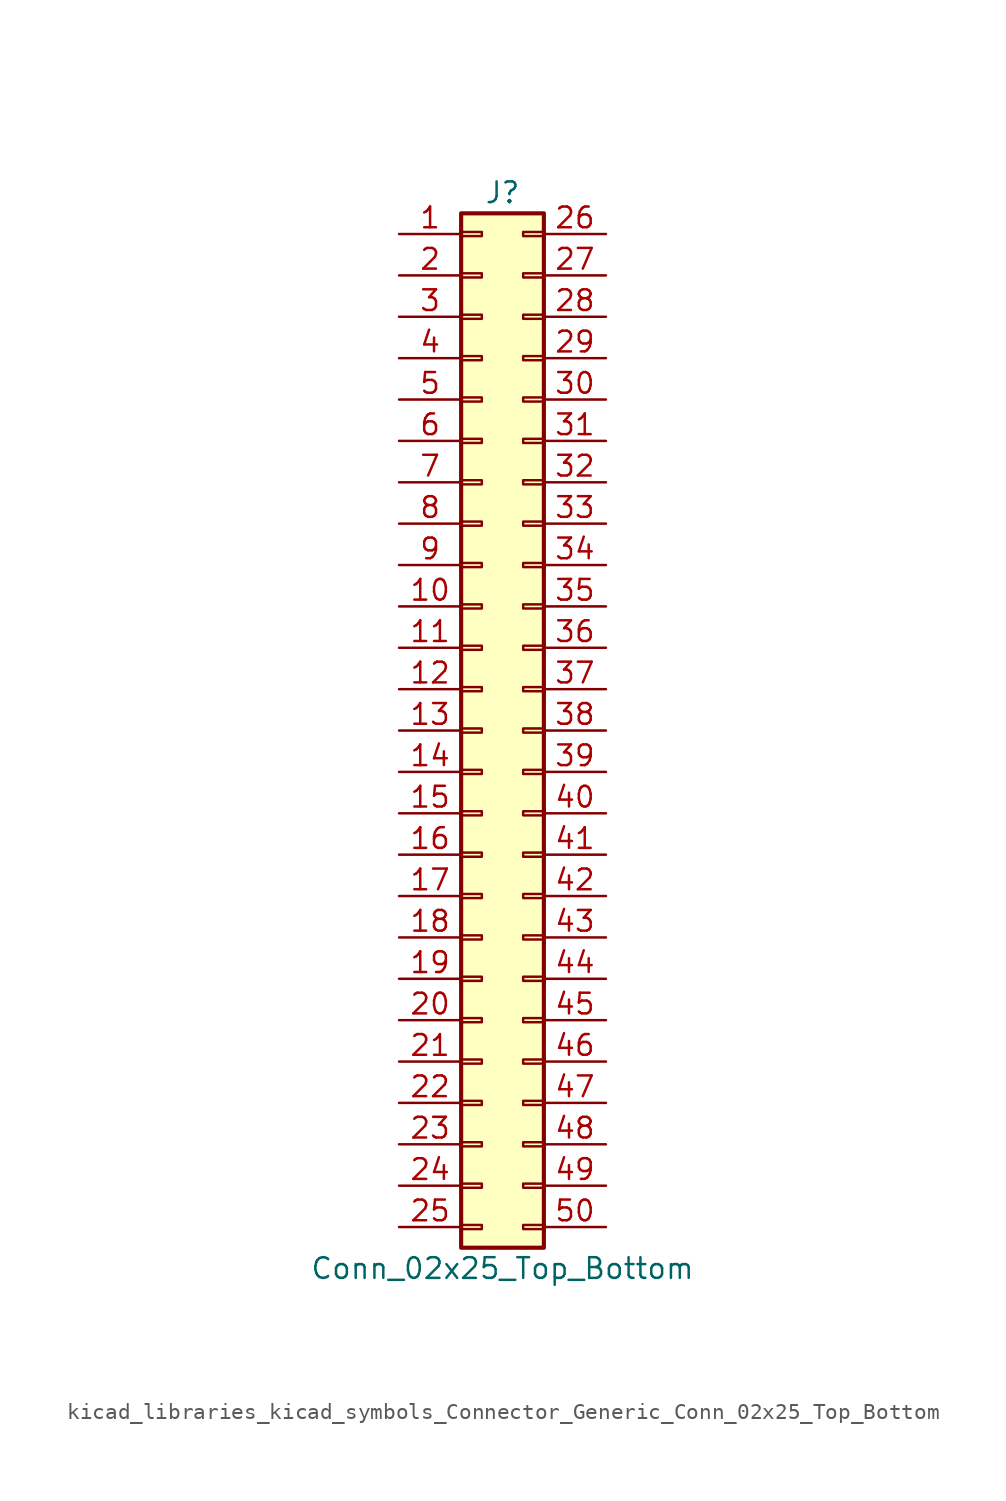
<source format=kicad_sym>
(kicad_symbol_lib
  (version 20220914)
  (generator kicad_symbol_editor)
  (symbol "kicad_libraries_kicad_symbols_Connector_Generic_Conn_02x25_Top_Bottom"
    (pin_names
      (offset 1.016) hide)
    (property "Reference" "J"
      (at 1.27 33.02 0)
      (effects (font (size 1.27 1.27))))
    (property "Value" "Conn_02x25_Top_Bottom"
      (at 1.27 -33.02 0)
      (effects (font (size 1.27 1.27))))
    (symbol "kicad_libraries_kicad_symbols_Connector_Generic_Conn_02x25_Top_Bottom_1_1"
      (rectangle (start -1.27 -30.353) (end 0 -30.607) (stroke (width 0.152) (type default)) (fill (type none)))
      (rectangle (start -1.27 -27.813) (end 0 -28.067) (stroke (width 0.152) (type default)) (fill (type none)))
      (rectangle (start -1.27 -25.273) (end 0 -25.527) (stroke (width 0.152) (type default)) (fill (type none)))
      (rectangle (start -1.27 -22.733) (end 0 -22.987) (stroke (width 0.152) (type default)) (fill (type none)))
      (rectangle (start -1.27 -20.193) (end 0 -20.447) (stroke (width 0.152) (type default)) (fill (type none)))
      (rectangle (start -1.27 -17.653) (end 0 -17.907) (stroke (width 0.152) (type default)) (fill (type none)))
      (rectangle (start -1.27 -15.113) (end 0 -15.367) (stroke (width 0.152) (type default)) (fill (type none)))
      (rectangle (start -1.27 -12.573) (end 0 -12.827) (stroke (width 0.152) (type default)) (fill (type none)))
      (rectangle (start -1.27 -10.033) (end 0 -10.287) (stroke (width 0.152) (type default)) (fill (type none)))
      (rectangle (start -1.27 -7.493) (end 0 -7.747) (stroke (width 0.152) (type default)) (fill (type none)))
      (rectangle (start -1.27 -4.953) (end 0 -5.207) (stroke (width 0.152) (type default)) (fill (type none)))
      (rectangle (start -1.27 -2.413) (end 0 -2.667) (stroke (width 0.152) (type default)) (fill (type none)))
      (rectangle (start -1.27 0.127) (end 0 -0.127) (stroke (width 0.152) (type default)) (fill (type none)))
      (rectangle (start -1.27 2.667) (end 0 2.413) (stroke (width 0.152) (type default)) (fill (type none)))
      (rectangle (start -1.27 5.207) (end 0 4.953) (stroke (width 0.152) (type default)) (fill (type none)))
      (rectangle (start -1.27 7.747) (end 0 7.493) (stroke (width 0.152) (type default)) (fill (type none)))
      (rectangle (start -1.27 10.287) (end 0 10.033) (stroke (width 0.152) (type default)) (fill (type none)))
      (rectangle (start -1.27 12.827) (end 0 12.573) (stroke (width 0.152) (type default)) (fill (type none)))
      (rectangle (start -1.27 15.367) (end 0 15.113) (stroke (width 0.152) (type default)) (fill (type none)))
      (rectangle (start -1.27 17.907) (end 0 17.653) (stroke (width 0.152) (type default)) (fill (type none)))
      (rectangle (start -1.27 20.447) (end 0 20.193) (stroke (width 0.152) (type default)) (fill (type none)))
      (rectangle (start -1.27 22.987) (end 0 22.733) (stroke (width 0.152) (type default)) (fill (type none)))
      (rectangle (start -1.27 25.527) (end 0 25.273) (stroke (width 0.152) (type default)) (fill (type none)))
      (rectangle (start -1.27 28.067) (end 0 27.813) (stroke (width 0.152) (type default)) (fill (type none)))
      (rectangle (start -1.27 30.607) (end 0 30.353) (stroke (width 0.152) (type default)) (fill (type none)))
      (rectangle (start -1.27 31.75) (end 3.81 -31.75) (stroke (width 0.254) (type default)) (fill (type background)))
      (rectangle (start 3.81 -30.353) (end 2.54 -30.607) (stroke (width 0.152) (type default)) (fill (type none)))
      (rectangle (start 3.81 -27.813) (end 2.54 -28.067) (stroke (width 0.152) (type default)) (fill (type none)))
      (rectangle (start 3.81 -25.273) (end 2.54 -25.527) (stroke (width 0.152) (type default)) (fill (type none)))
      (rectangle (start 3.81 -22.733) (end 2.54 -22.987) (stroke (width 0.152) (type default)) (fill (type none)))
      (rectangle (start 3.81 -20.193) (end 2.54 -20.447) (stroke (width 0.152) (type default)) (fill (type none)))
      (rectangle (start 3.81 -17.653) (end 2.54 -17.907) (stroke (width 0.152) (type default)) (fill (type none)))
      (rectangle (start 3.81 -15.113) (end 2.54 -15.367) (stroke (width 0.152) (type default)) (fill (type none)))
      (rectangle (start 3.81 -12.573) (end 2.54 -12.827) (stroke (width 0.152) (type default)) (fill (type none)))
      (rectangle (start 3.81 -10.033) (end 2.54 -10.287) (stroke (width 0.152) (type default)) (fill (type none)))
      (rectangle (start 3.81 -7.493) (end 2.54 -7.747) (stroke (width 0.152) (type default)) (fill (type none)))
      (rectangle (start 3.81 -4.953) (end 2.54 -5.207) (stroke (width 0.152) (type default)) (fill (type none)))
      (rectangle (start 3.81 -2.413) (end 2.54 -2.667) (stroke (width 0.152) (type default)) (fill (type none)))
      (rectangle (start 3.81 0.127) (end 2.54 -0.127) (stroke (width 0.152) (type default)) (fill (type none)))
      (rectangle (start 3.81 2.667) (end 2.54 2.413) (stroke (width 0.152) (type default)) (fill (type none)))
      (rectangle (start 3.81 5.207) (end 2.54 4.953) (stroke (width 0.152) (type default)) (fill (type none)))
      (rectangle (start 3.81 7.747) (end 2.54 7.493) (stroke (width 0.152) (type default)) (fill (type none)))
      (rectangle (start 3.81 10.287) (end 2.54 10.033) (stroke (width 0.152) (type default)) (fill (type none)))
      (rectangle (start 3.81 12.827) (end 2.54 12.573) (stroke (width 0.152) (type default)) (fill (type none)))
      (rectangle (start 3.81 15.367) (end 2.54 15.113) (stroke (width 0.152) (type default)) (fill (type none)))
      (rectangle (start 3.81 17.907) (end 2.54 17.653) (stroke (width 0.152) (type default)) (fill (type none)))
      (rectangle (start 3.81 20.447) (end 2.54 20.193) (stroke (width 0.152) (type default)) (fill (type none)))
      (rectangle (start 3.81 22.987) (end 2.54 22.733) (stroke (width 0.152) (type default)) (fill (type none)))
      (rectangle (start 3.81 25.527) (end 2.54 25.273) (stroke (width 0.152) (type default)) (fill (type none)))
      (rectangle (start 3.81 28.067) (end 2.54 27.813) (stroke (width 0.152) (type default)) (fill (type none)))
      (rectangle (start 3.81 30.607) (end 2.54 30.353) (stroke (width 0.152) (type default)) (fill (type none)))
      (pin passive line (at -5.08 30.48 0) (length 3.81) (name "Pin_1" (effects (font (size 1.27 1.27)))) (number "1" (effects (font (size 1.27 1.27)))))
      (pin passive line (at -5.08 7.62 0) (length 3.81) (name "Pin_10" (effects (font (size 1.27 1.27)))) (number "10" (effects (font (size 1.27 1.27)))))
      (pin passive line (at -5.08 5.08 0) (length 3.81) (name "Pin_11" (effects (font (size 1.27 1.27)))) (number "11" (effects (font (size 1.27 1.27)))))
      (pin passive line (at -5.08 2.54 0) (length 3.81) (name "Pin_12" (effects (font (size 1.27 1.27)))) (number "12" (effects (font (size 1.27 1.27)))))
      (pin passive line (at -5.08 0 0) (length 3.81) (name "Pin_13" (effects (font (size 1.27 1.27)))) (number "13" (effects (font (size 1.27 1.27)))))
      (pin passive line (at -5.08 -2.54 0) (length 3.81) (name "Pin_14" (effects (font (size 1.27 1.27)))) (number "14" (effects (font (size 1.27 1.27)))))
      (pin passive line (at -5.08 -5.08 0) (length 3.81) (name "Pin_15" (effects (font (size 1.27 1.27)))) (number "15" (effects (font (size 1.27 1.27)))))
      (pin passive line (at -5.08 -7.62 0) (length 3.81) (name "Pin_16" (effects (font (size 1.27 1.27)))) (number "16" (effects (font (size 1.27 1.27)))))
      (pin passive line (at -5.08 -10.16 0) (length 3.81) (name "Pin_17" (effects (font (size 1.27 1.27)))) (number "17" (effects (font (size 1.27 1.27)))))
      (pin passive line (at -5.08 -12.7 0) (length 3.81) (name "Pin_18" (effects (font (size 1.27 1.27)))) (number "18" (effects (font (size 1.27 1.27)))))
      (pin passive line (at -5.08 -15.24 0) (length 3.81) (name "Pin_19" (effects (font (size 1.27 1.27)))) (number "19" (effects (font (size 1.27 1.27)))))
      (pin passive line (at -5.08 27.94 0) (length 3.81) (name "Pin_2" (effects (font (size 1.27 1.27)))) (number "2" (effects (font (size 1.27 1.27)))))
      (pin passive line (at -5.08 -17.78 0) (length 3.81) (name "Pin_20" (effects (font (size 1.27 1.27)))) (number "20" (effects (font (size 1.27 1.27)))))
      (pin passive line (at -5.08 -20.32 0) (length 3.81) (name "Pin_21" (effects (font (size 1.27 1.27)))) (number "21" (effects (font (size 1.27 1.27)))))
      (pin passive line (at -5.08 -22.86 0) (length 3.81) (name "Pin_22" (effects (font (size 1.27 1.27)))) (number "22" (effects (font (size 1.27 1.27)))))
      (pin passive line (at -5.08 -25.4 0) (length 3.81) (name "Pin_23" (effects (font (size 1.27 1.27)))) (number "23" (effects (font (size 1.27 1.27)))))
      (pin passive line (at -5.08 -27.94 0) (length 3.81) (name "Pin_24" (effects (font (size 1.27 1.27)))) (number "24" (effects (font (size 1.27 1.27)))))
      (pin passive line (at -5.08 -30.48 0) (length 3.81) (name "Pin_25" (effects (font (size 1.27 1.27)))) (number "25" (effects (font (size 1.27 1.27)))))
      (pin passive line (at 7.62 30.48 180) (length 3.81) (name "Pin_26" (effects (font (size 1.27 1.27)))) (number "26" (effects (font (size 1.27 1.27)))))
      (pin passive line (at 7.62 27.94 180) (length 3.81) (name "Pin_27" (effects (font (size 1.27 1.27)))) (number "27" (effects (font (size 1.27 1.27)))))
      (pin passive line (at 7.62 25.4 180) (length 3.81) (name "Pin_28" (effects (font (size 1.27 1.27)))) (number "28" (effects (font (size 1.27 1.27)))))
      (pin passive line (at 7.62 22.86 180) (length 3.81) (name "Pin_29" (effects (font (size 1.27 1.27)))) (number "29" (effects (font (size 1.27 1.27)))))
      (pin passive line (at -5.08 25.4 0) (length 3.81) (name "Pin_3" (effects (font (size 1.27 1.27)))) (number "3" (effects (font (size 1.27 1.27)))))
      (pin passive line (at 7.62 20.32 180) (length 3.81) (name "Pin_30" (effects (font (size 1.27 1.27)))) (number "30" (effects (font (size 1.27 1.27)))))
      (pin passive line (at 7.62 17.78 180) (length 3.81) (name "Pin_31" (effects (font (size 1.27 1.27)))) (number "31" (effects (font (size 1.27 1.27)))))
      (pin passive line (at 7.62 15.24 180) (length 3.81) (name "Pin_32" (effects (font (size 1.27 1.27)))) (number "32" (effects (font (size 1.27 1.27)))))
      (pin passive line (at 7.62 12.7 180) (length 3.81) (name "Pin_33" (effects (font (size 1.27 1.27)))) (number "33" (effects (font (size 1.27 1.27)))))
      (pin passive line (at 7.62 10.16 180) (length 3.81) (name "Pin_34" (effects (font (size 1.27 1.27)))) (number "34" (effects (font (size 1.27 1.27)))))
      (pin passive line (at 7.62 7.62 180) (length 3.81) (name "Pin_35" (effects (font (size 1.27 1.27)))) (number "35" (effects (font (size 1.27 1.27)))))
      (pin passive line (at 7.62 5.08 180) (length 3.81) (name "Pin_36" (effects (font (size 1.27 1.27)))) (number "36" (effects (font (size 1.27 1.27)))))
      (pin passive line (at 7.62 2.54 180) (length 3.81) (name "Pin_37" (effects (font (size 1.27 1.27)))) (number "37" (effects (font (size 1.27 1.27)))))
      (pin passive line (at 7.62 0 180) (length 3.81) (name "Pin_38" (effects (font (size 1.27 1.27)))) (number "38" (effects (font (size 1.27 1.27)))))
      (pin passive line (at 7.62 -2.54 180) (length 3.81) (name "Pin_39" (effects (font (size 1.27 1.27)))) (number "39" (effects (font (size 1.27 1.27)))))
      (pin passive line (at -5.08 22.86 0) (length 3.81) (name "Pin_4" (effects (font (size 1.27 1.27)))) (number "4" (effects (font (size 1.27 1.27)))))
      (pin passive line (at 7.62 -5.08 180) (length 3.81) (name "Pin_40" (effects (font (size 1.27 1.27)))) (number "40" (effects (font (size 1.27 1.27)))))
      (pin passive line (at 7.62 -7.62 180) (length 3.81) (name "Pin_41" (effects (font (size 1.27 1.27)))) (number "41" (effects (font (size 1.27 1.27)))))
      (pin passive line (at 7.62 -10.16 180) (length 3.81) (name "Pin_42" (effects (font (size 1.27 1.27)))) (number "42" (effects (font (size 1.27 1.27)))))
      (pin passive line (at 7.62 -12.7 180) (length 3.81) (name "Pin_43" (effects (font (size 1.27 1.27)))) (number "43" (effects (font (size 1.27 1.27)))))
      (pin passive line (at 7.62 -15.24 180) (length 3.81) (name "Pin_44" (effects (font (size 1.27 1.27)))) (number "44" (effects (font (size 1.27 1.27)))))
      (pin passive line (at 7.62 -17.78 180) (length 3.81) (name "Pin_45" (effects (font (size 1.27 1.27)))) (number "45" (effects (font (size 1.27 1.27)))))
      (pin passive line (at 7.62 -20.32 180) (length 3.81) (name "Pin_46" (effects (font (size 1.27 1.27)))) (number "46" (effects (font (size 1.27 1.27)))))
      (pin passive line (at 7.62 -22.86 180) (length 3.81) (name "Pin_47" (effects (font (size 1.27 1.27)))) (number "47" (effects (font (size 1.27 1.27)))))
      (pin passive line (at 7.62 -25.4 180) (length 3.81) (name "Pin_48" (effects (font (size 1.27 1.27)))) (number "48" (effects (font (size 1.27 1.27)))))
      (pin passive line (at 7.62 -27.94 180) (length 3.81) (name "Pin_49" (effects (font (size 1.27 1.27)))) (number "49" (effects (font (size 1.27 1.27)))))
      (pin passive line (at -5.08 20.32 0) (length 3.81) (name "Pin_5" (effects (font (size 1.27 1.27)))) (number "5" (effects (font (size 1.27 1.27)))))
      (pin passive line (at 7.62 -30.48 180) (length 3.81) (name "Pin_50" (effects (font (size 1.27 1.27)))) (number "50" (effects (font (size 1.27 1.27)))))
      (pin passive line (at -5.08 17.78 0) (length 3.81) (name "Pin_6" (effects (font (size 1.27 1.27)))) (number "6" (effects (font (size 1.27 1.27)))))
      (pin passive line (at -5.08 15.24 0) (length 3.81) (name "Pin_7" (effects (font (size 1.27 1.27)))) (number "7" (effects (font (size 1.27 1.27)))))
      (pin passive line (at -5.08 12.7 0) (length 3.81) (name "Pin_8" (effects (font (size 1.27 1.27)))) (number "8" (effects (font (size 1.27 1.27)))))
      (pin passive line (at -5.08 10.16 0) (length 3.81) (name "Pin_9" (effects (font (size 1.27 1.27)))) (number "9" (effects (font (size 1.27 1.27))))))))
</source>
